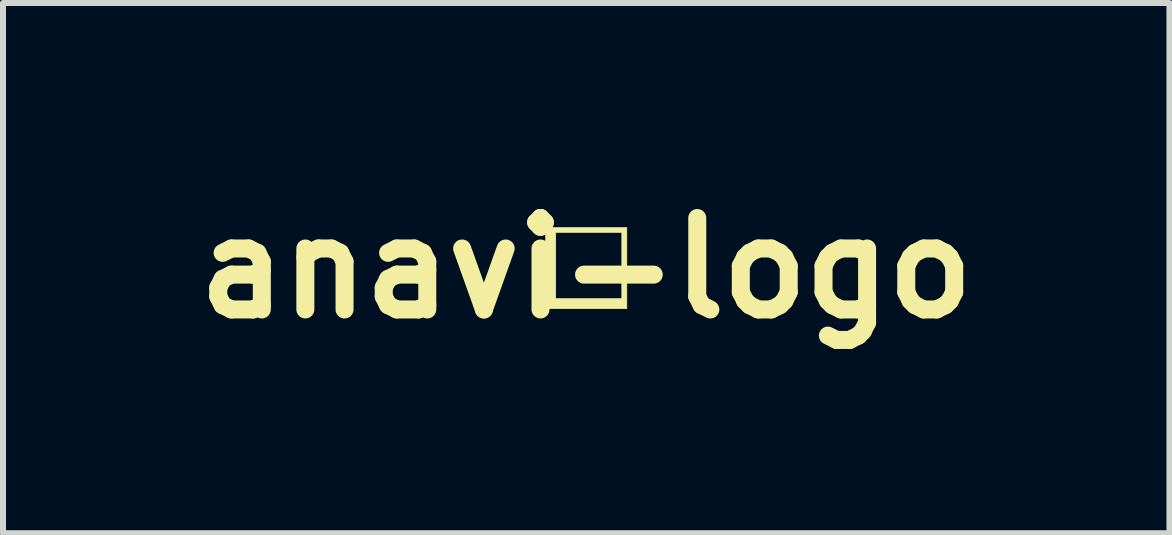
<source format=kicad_pcb>
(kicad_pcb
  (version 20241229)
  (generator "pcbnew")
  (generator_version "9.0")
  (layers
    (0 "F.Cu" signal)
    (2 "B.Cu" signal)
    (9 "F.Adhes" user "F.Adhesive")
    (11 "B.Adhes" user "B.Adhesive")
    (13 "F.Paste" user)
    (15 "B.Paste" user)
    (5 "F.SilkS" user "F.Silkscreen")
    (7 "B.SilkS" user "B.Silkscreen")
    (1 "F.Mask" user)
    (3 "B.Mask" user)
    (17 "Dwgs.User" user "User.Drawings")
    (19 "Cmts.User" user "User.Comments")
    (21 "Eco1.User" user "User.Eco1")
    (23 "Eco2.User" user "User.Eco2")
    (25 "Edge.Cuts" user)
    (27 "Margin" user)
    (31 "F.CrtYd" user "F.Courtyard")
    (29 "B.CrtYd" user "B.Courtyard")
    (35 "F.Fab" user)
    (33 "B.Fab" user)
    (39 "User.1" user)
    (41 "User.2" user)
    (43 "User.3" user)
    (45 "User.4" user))
  (footprint "anavi-logo"
    (layer "F.Cu")
    (at 6.72 1.418)
    (property "Reference" "anavi-logo" (at 0 0 0) (layer "F.SilkS") (effects (font (size 1.524 1.524) (thickness 0.3))))
    (attr through_hole)
    (fp_poly (pts (xy 0.677 0.677) (xy -0.677 0.677) (xy -0.677 -0.593) (xy -0.508 -0.593) (xy -0.508 0.508) (xy 0.593 0.508) (xy 0.593 -0.593) (xy -0.508 -0.593) (xy -0.677 -0.593) (xy -0.677 -0.677) (xy 0.677 -0.677) (xy 0.677 0.677)) (stroke (width 0.01) (type solid)) (fill yes) (layer "F.SilkS")))
  (gr_rect
    (start -3 -3)
    (end 16.44 5.836)
    (stroke (width 0.1) (type default))
    (fill no)
    (layer "Edge.Cuts")))
</source>
